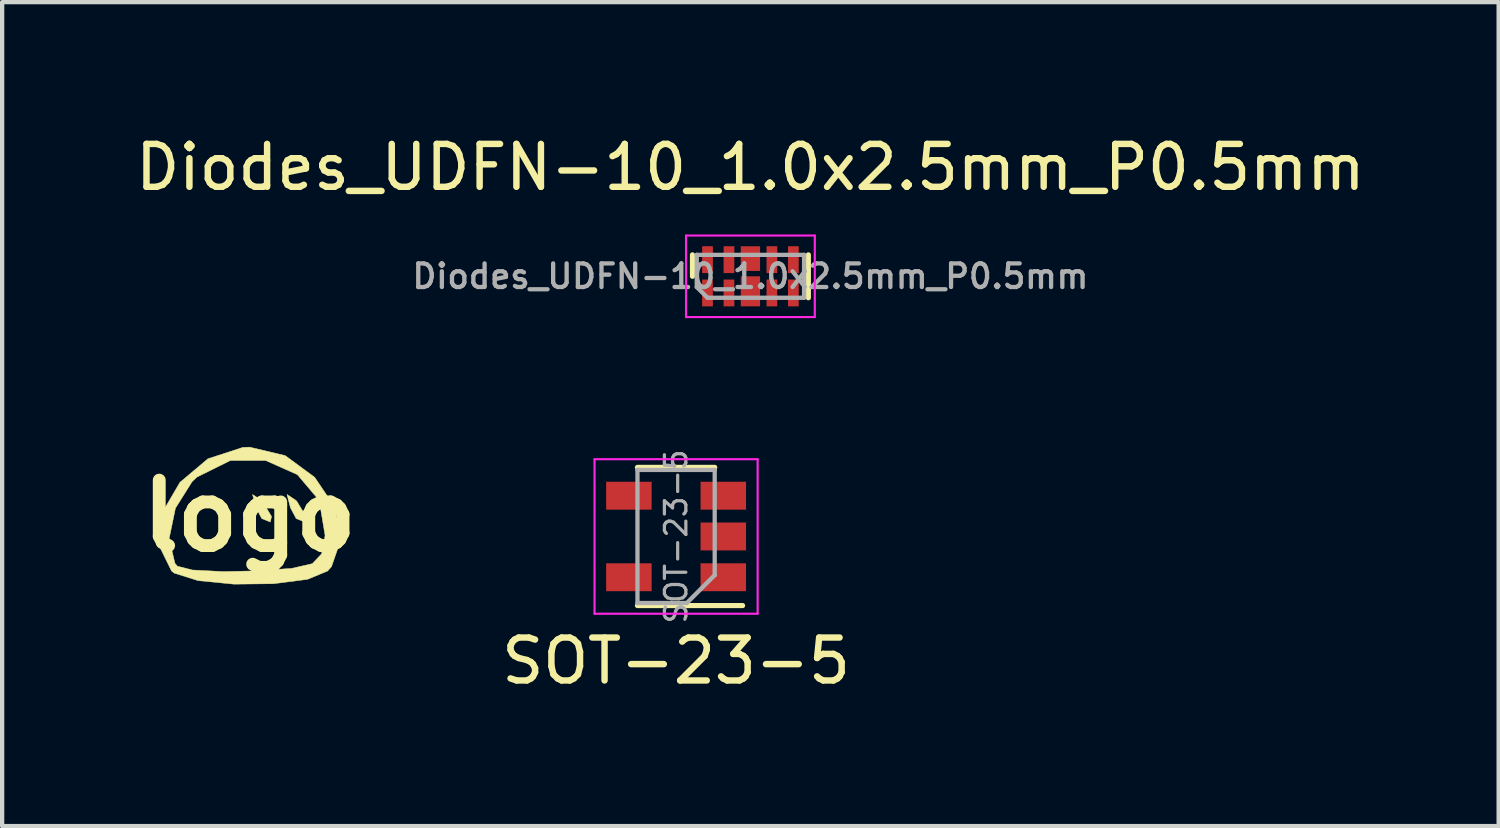
<source format=kicad_pcb>
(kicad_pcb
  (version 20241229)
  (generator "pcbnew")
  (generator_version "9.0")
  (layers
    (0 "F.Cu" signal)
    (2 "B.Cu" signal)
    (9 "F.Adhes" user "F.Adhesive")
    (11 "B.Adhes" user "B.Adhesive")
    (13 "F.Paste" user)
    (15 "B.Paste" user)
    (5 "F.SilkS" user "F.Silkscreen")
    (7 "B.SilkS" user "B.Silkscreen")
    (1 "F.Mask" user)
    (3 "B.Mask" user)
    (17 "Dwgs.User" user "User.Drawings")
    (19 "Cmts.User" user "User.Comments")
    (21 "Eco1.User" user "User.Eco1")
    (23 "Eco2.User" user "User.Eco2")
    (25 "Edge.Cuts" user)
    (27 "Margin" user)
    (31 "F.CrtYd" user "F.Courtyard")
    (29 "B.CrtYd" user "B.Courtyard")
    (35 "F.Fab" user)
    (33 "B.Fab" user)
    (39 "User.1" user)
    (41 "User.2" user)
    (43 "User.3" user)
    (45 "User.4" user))
  (footprint "Diodes_UDFN-10_1.0x2.5mm_P0.5mm"
    (layer "F.Cu")
    (at 14.435 3.388)
    (property "Reference" "Diodes_UDFN-10_1.0x2.5mm_P0.5mm" (at 0 -2.54 0) (layer "F.SilkS") (effects (font (size 1 1) (thickness 0.15))))
    (attr smd)
    (fp_line (start -1.35 -0.5) (end -1.35 0) (stroke (width 0.12) (type solid)) (layer "F.SilkS"))
    (fp_line (start 1.35 -0.5) (end 1.35 0.5) (stroke (width 0.12) (type solid)) (layer "F.SilkS"))
    (fp_line (start -1.5 -0.95) (end 1.5 -0.95) (stroke (width 0.05) (type solid)) (layer "F.CrtYd"))
    (fp_line (start -1.5 0.95) (end -1.5 -0.95) (stroke (width 0.05) (type solid)) (layer "F.CrtYd"))
    (fp_line (start 1.5 -0.95) (end 1.5 0.95) (stroke (width 0.05) (type solid)) (layer "F.CrtYd"))
    (fp_line (start 1.5 0.95) (end -1.5 0.95) (stroke (width 0.05) (type solid)) (layer "F.CrtYd"))
    (fp_line (start -1.25 -0.5) (end -1.25 0.25) (stroke (width 0.1) (type solid)) (layer "F.Fab"))
    (fp_line (start -1.25 -0.5) (end 1.25 -0.5) (stroke (width 0.1) (type solid)) (layer "F.Fab"))
    (fp_line (start -1.25 0.25) (end -1 0.5) (stroke (width 0.1) (type solid)) (layer "F.Fab"))
    (fp_line (start -1 0.5) (end 1.25 0.5) (stroke (width 0.1) (type solid)) (layer "F.Fab"))
    (fp_line (start 1.25 0.5) (end 1.25 -0.5) (stroke (width 0.1) (type solid)) (layer "F.Fab"))
    (fp_text user "${REFERENCE}" (at 0 0 180) (layer "F.Fab") (effects (font (size 0.55 0.55) (thickness 0.1))))
    (pad "1" smd rect (at -1 0.388) (size 0.25 0.625) (layers "F.Cu" "F.Mask" "F.Paste"))
    (pad "2" smd rect (at -0.5 0.388) (size 0.25 0.625) (layers "F.Cu" "F.Mask" "F.Paste"))
    (pad "3" smd rect (at 0 0.35) (size 0.45 0.7) (layers "F.Cu" "F.Mask" "F.Paste"))
    (pad "4" smd rect (at 0.5 0.388) (size 0.25 0.625) (layers "F.Cu" "F.Mask" "F.Paste"))
    (pad "5" smd rect (at 1 0.388) (size 0.25 0.625) (layers "F.Cu" "F.Mask" "F.Paste"))
    (pad "6" smd rect (at 1 -0.388) (size 0.25 0.625) (layers "F.Cu" "F.Mask" "F.Paste"))
    (pad "7" smd rect (at 0.5 -0.388) (size 0.25 0.625) (layers "F.Cu" "F.Mask" "F.Paste"))
    (pad "8" smd rect (at 0 -0.412) (size 0.45 0.575) (layers "F.Cu" "F.Mask" "F.Paste"))
    (pad "9" smd rect (at -0.5 -0.388) (size 0.25 0.625) (layers "F.Cu" "F.Mask" "F.Paste"))
    (pad "10" smd rect (at -1 -0.388) (size 0.25 0.625) (layers "F.Cu" "F.Mask" "F.Paste")))
  (footprint "logo"
    (layer "F.Cu")
    (at 2.765 8.972)
    (property "Reference" "logo" (at 0 0 0) (layer "F.SilkS") (effects (font (size 1.524 1.524) (thickness 0.3))))
    (attr through_hole)
    (fp_poly (pts (xy 0.265 -0.373) (xy 0.301 -0.339) (xy 0.512 0.012) (xy 0.483 0.141) (xy 0.284 0.061) (xy 0.151 -0.189) (xy 0.069 -0.501) (xy 0.265 -0.373)) (stroke (width 0.01) (type solid)) (fill yes) (layer "F.SilkS"))
    (fp_poly (pts (xy 1.067 -0.373) (xy 1.103 -0.339) (xy 1.314 0.012) (xy 1.285 0.141) (xy 1.086 0.061) (xy 0.953 -0.189) (xy 0.872 -0.501) (xy 1.067 -0.373)) (stroke (width 0.01) (type solid)) (fill yes) (layer "F.SilkS"))
    (fp_poly (pts (xy 0.83 -1.407) (xy 1.517 -0.901) (xy 1.98 -0.215) (xy 2.138 0.522) (xy 1.909 1.181) (xy 1.818 1.283) (xy 1.349 1.477) (xy 0.555 1.579) (xy -0.362 1.589) (xy -1.199 1.507) (xy -1.755 1.332) (xy -1.818 1.283) (xy -2.127 0.653) (xy -2.112 0.532) (xy -1.875 0.532) (xy -1.739 1.102) (xy -1.682 1.17) (xy -1.332 1.259) (xy -0.619 1.296) (xy 0.094 1.281) (xy 0.979 1.222) (xy 1.463 1.111) (xy 1.678 0.883) (xy 1.757 0.47) (xy 1.759 0.451) (xy 1.622 -0.363) (xy 1.115 -0.962) (xy 0.378 -1.291) (xy -0.449 -1.291) (xy -1.225 -0.906) (xy -1.337 -0.802) (xy -1.727 -0.181) (xy -1.875 0.532) (xy -2.112 0.532) (xy -2.035 -0.079) (xy -1.622 -0.784) (xy -0.97 -1.333) (xy -0.16 -1.597) (xy 0 -1.604) (xy 0.83 -1.407)) (stroke (width 0.01) (type solid)) (fill yes) (layer "F.SilkS")))
  (footprint "SOT-23-5"
    (layer "F.Cu")
    (at 12.703 9.45)
    (property "Reference" "SOT-23-5" (at 0 2.9 180) (layer "F.SilkS") (effects (font (size 1 1) (thickness 0.15))))
    (attr smd)
    (fp_line (start -0.9 1.61) (end 1.55 1.61) (stroke (width 0.12) (type solid)) (layer "F.SilkS"))
    (fp_line (start 0.9 -1.61) (end -0.9 -1.61) (stroke (width 0.12) (type solid)) (layer "F.SilkS"))
    (fp_line (start -1.9 -1.8) (end 1.9 -1.8) (stroke (width 0.05) (type solid)) (layer "F.CrtYd"))
    (fp_line (start -1.9 1.8) (end -1.9 -1.8) (stroke (width 0.05) (type solid)) (layer "F.CrtYd"))
    (fp_line (start 1.9 -1.8) (end 1.9 1.8) (stroke (width 0.05) (type solid)) (layer "F.CrtYd"))
    (fp_line (start 1.9 1.8) (end -1.9 1.8) (stroke (width 0.05) (type solid)) (layer "F.CrtYd"))
    (fp_line (start -0.9 -1.55) (end 0.9 -1.55) (stroke (width 0.1) (type solid)) (layer "F.Fab"))
    (fp_line (start -0.9 1.55) (end -0.9 -1.55) (stroke (width 0.1) (type solid)) (layer "F.Fab"))
    (fp_line (start -0.9 1.55) (end 0.25 1.55) (stroke (width 0.1) (type solid)) (layer "F.Fab"))
    (fp_line (start 0.9 0.9) (end 0.25 1.55) (stroke (width 0.1) (type solid)) (layer "F.Fab"))
    (fp_line (start 0.9 0.9) (end 0.9 -1.55) (stroke (width 0.1) (type solid)) (layer "F.Fab"))
    (fp_text user "${REFERENCE}" (at 0 0 270) (layer "F.Fab") (effects (font (size 0.5 0.5) (thickness 0.075))))
    (pad "1" smd rect (at 1.1 0.95 180) (size 1.06 0.65) (layers "F.Cu" "F.Mask" "F.Paste"))
    (pad "2" smd rect (at 1.1 0 180) (size 1.06 0.65) (layers "F.Cu" "F.Mask" "F.Paste"))
    (pad "3" smd rect (at 1.1 -0.95 180) (size 1.06 0.65) (layers "F.Cu" "F.Mask" "F.Paste"))
    (pad "4" smd rect (at -1.1 -0.95 180) (size 1.06 0.65) (layers "F.Cu" "F.Mask" "F.Paste"))
    (pad "5" smd rect (at -1.1 0.95 180) (size 1.06 0.65) (layers "F.Cu" "F.Mask" "F.Paste")))
  (gr_rect
    (start -3 -3)
    (end 31.869 16.198)
    (stroke (width 0.1) (type default))
    (fill no)
    (layer "Edge.Cuts")))
</source>
